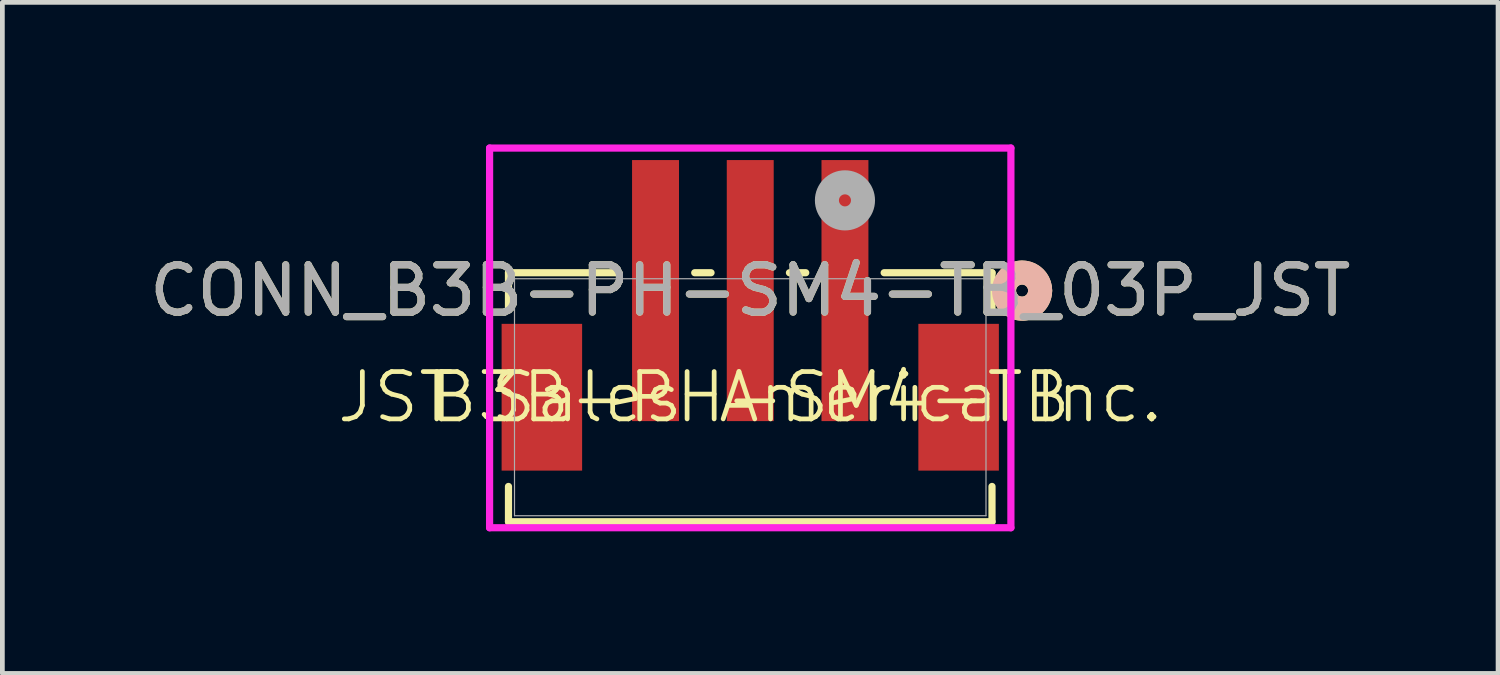
<source format=kicad_pcb>
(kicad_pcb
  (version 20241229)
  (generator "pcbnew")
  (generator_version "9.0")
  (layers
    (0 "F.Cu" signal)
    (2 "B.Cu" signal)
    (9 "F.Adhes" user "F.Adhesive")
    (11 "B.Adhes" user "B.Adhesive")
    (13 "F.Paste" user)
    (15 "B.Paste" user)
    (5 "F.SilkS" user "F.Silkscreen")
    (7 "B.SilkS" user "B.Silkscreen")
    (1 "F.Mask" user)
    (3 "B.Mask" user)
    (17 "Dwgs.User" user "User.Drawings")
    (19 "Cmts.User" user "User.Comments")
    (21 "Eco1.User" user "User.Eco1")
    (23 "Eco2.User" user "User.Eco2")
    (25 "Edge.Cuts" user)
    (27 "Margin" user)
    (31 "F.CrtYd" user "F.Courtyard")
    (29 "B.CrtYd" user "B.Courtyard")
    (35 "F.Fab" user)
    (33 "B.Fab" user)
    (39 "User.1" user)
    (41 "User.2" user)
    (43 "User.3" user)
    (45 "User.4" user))
  (footprint "CONN_B3B-PH-SM4-TB_03P_JST"
    (layer "F.Cu")
    (at 12.792 5.338)
    (property "Reference" "CONN_B3B-PH-SM4-TB_03P_JST" (at 0 -2.252 0) (unlocked yes) (layer "F.SilkS") (effects (font (size 1 1) (thickness 0.15))))
    (property "MN" "JST Sales America Inc." (at 0 0 0) (layer "F.SilkS") (effects (font (size 1 1) (thickness 0.1))))
    (property "MP" "B3B-PH-SM4-TB" (at 0 0 0) (layer "F.SilkS") (effects (font (size 1 1) (thickness 0.1))))
    (attr smd)
    (fp_line (start -5.105 -2.629) (end -5.105 -1.88) (stroke (width 0.152) (type solid)) (layer "F.SilkS"))
    (fp_line (start -5.105 1.884) (end -5.105 2.629) (stroke (width 0.152) (type solid)) (layer "F.SilkS"))
    (fp_line (start -5.105 2.629) (end 5.105 2.629) (stroke (width 0.152) (type solid)) (layer "F.SilkS"))
    (fp_line (start -2.828 -2.629) (end -5.105 -2.629) (stroke (width 0.152) (type solid)) (layer "F.SilkS"))
    (fp_line (start -0.828 -2.629) (end -1.172 -2.629) (stroke (width 0.152) (type solid)) (layer "F.SilkS"))
    (fp_line (start 1.172 -2.629) (end 0.828 -2.629) (stroke (width 0.152) (type solid)) (layer "F.SilkS"))
    (fp_line (start 5.105 -2.629) (end 2.828 -2.629) (stroke (width 0.152) (type solid)) (layer "F.SilkS"))
    (fp_line (start 5.105 -1.88) (end 5.105 -2.629) (stroke (width 0.152) (type solid)) (layer "F.SilkS"))
    (fp_line (start 5.105 2.629) (end 5.105 1.884) (stroke (width 0.152) (type solid)) (layer "F.SilkS"))
    (fp_arc (start 5.436012 -2.022815) (mid 5.619592 -2.613304) (end 6.1214 -2.251964) (stroke (width 0.508) (type solid)) (layer "F.SilkS"))
    (fp_arc (start 6.1214 -2.251964) (mid 5.967964 -1.94639) (end 5.631239 -1.886937) (stroke (width 0.508) (type solid)) (layer "F.SilkS"))
    (fp_circle (center 5.74 -2.252) (end 6.121 -2.252) (stroke (width 0.508) (type solid)) (fill no) (layer "B.SilkS"))
    (fp_line (start -5.504 -5.262) (end -5.504 2.756) (stroke (width 0.152) (type solid)) (layer "F.CrtYd"))
    (fp_line (start -5.504 2.756) (end 5.504 2.756) (stroke (width 0.152) (type solid)) (layer "F.CrtYd"))
    (fp_line (start 5.504 -5.262) (end -5.504 -5.262) (stroke (width 0.152) (type solid)) (layer "F.CrtYd"))
    (fp_line (start 5.504 2.756) (end 5.504 -5.262) (stroke (width 0.152) (type solid)) (layer "F.CrtYd"))
    (fp_line (start -4.978 -2.502) (end -4.978 2.502) (stroke (width 0.025) (type solid)) (layer "F.Fab"))
    (fp_line (start -4.978 2.502) (end 4.978 2.502) (stroke (width 0.025) (type solid)) (layer "F.Fab"))
    (fp_line (start 4.978 -2.502) (end -4.978 -2.502) (stroke (width 0.025) (type solid)) (layer "F.Fab"))
    (fp_line (start 4.978 2.502) (end 4.978 -2.502) (stroke (width 0.025) (type solid)) (layer "F.Fab"))
    (fp_circle (center 2 -4.157) (end 2.381 -4.157) (stroke (width 0.508) (type solid)) (fill no) (layer "F.Fab"))
    (fp_text user "${REFERENCE}" (at 0 -2.252 0) (unlocked yes) (layer "F.Fab") (effects (font (size 1 1) (thickness 0.15))))
    (pad "1" smd rect (at 2 -2.252) (size 0.991 5.512) (layers "F.Cu" "F.Mask" "F.Paste"))
    (pad "2" smd rect (at 0 -2.252) (size 0.991 5.512) (layers "F.Cu" "F.Mask" "F.Paste"))
    (pad "3" smd rect (at -2 -2.252) (size 0.991 5.512) (layers "F.Cu" "F.Mask" "F.Paste"))
    (pad "4" smd rect (at -4.4 0) (size 1.7 3.099) (layers "F.Cu" "F.Mask" "F.Paste"))
    (pad "5" smd rect (at 4.4 0) (size 1.7 3.099) (layers "F.Cu" "F.Mask" "F.Paste")))
  (gr_rect
    (start -3 -3)
    (end 28.583 11.17)
    (stroke (width 0.1) (type default))
    (fill no)
    (layer "Edge.Cuts")))
</source>
